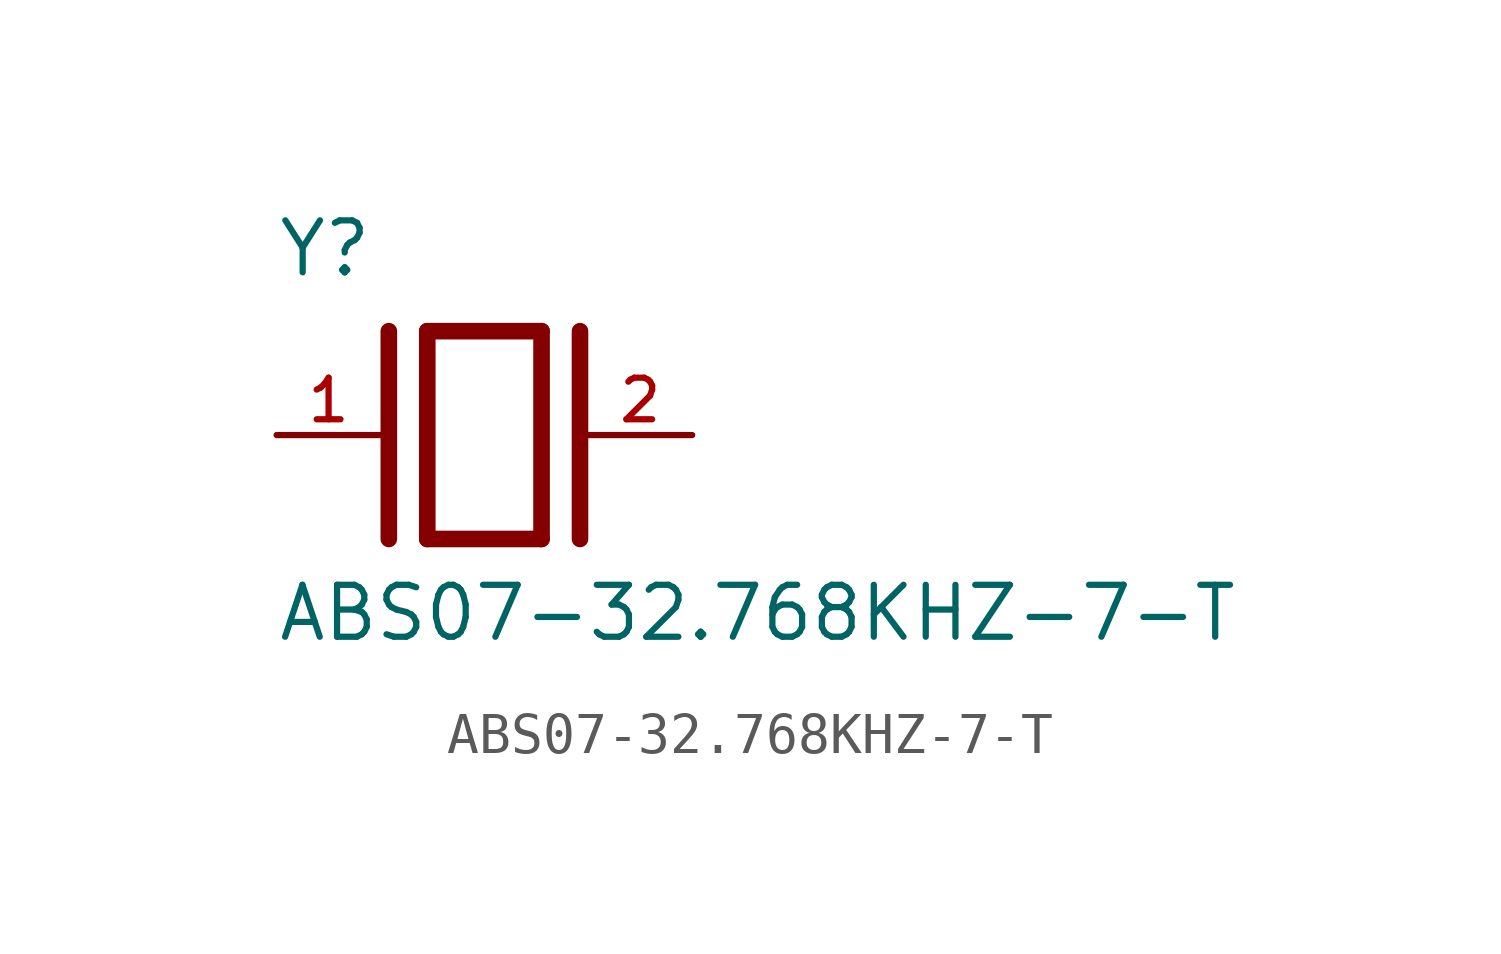
<source format=kicad_sym>
(kicad_symbol_lib
  (version 20211014)
  (generator kicad_symbol_editor)
  (symbol "ABS07-32.768KHZ-7-T"
    (pin_names
      (offset 1.016))
    (property "Reference" "Y"
      (at -5.088 3.816 0)
      (effects (font (size 1.27 1.27)) (justify bottom left)))
    (property "Value" "ABS07-32.768KHZ-7-T"
      (at -5.094 -5.094 0)
      (effects (font (size 1.27 1.27)) (justify bottom left)))
    (symbol "ABS07-32.768KHZ-7-T_0_0"
      (polyline (pts (xy -1.397 2.54) (xy 1.397 2.54)) (stroke (width 0.406)))
      (polyline (pts (xy 1.397 2.54) (xy 1.397 -2.54)) (stroke (width 0.406)))
      (polyline (pts (xy 1.397 -2.54) (xy -1.397 -2.54)) (stroke (width 0.406)))
      (polyline (pts (xy -1.397 2.54) (xy -1.397 -2.54)) (stroke (width 0.406)))
      (polyline (pts (xy 2.337 2.54) (xy 2.337 -2.54)) (stroke (width 0.406)))
      (polyline (pts (xy -2.337 2.54) (xy -2.337 -2.54)) (stroke (width 0.406)))
      (pin passive line (at 5.08 0.0 180.0) (length 2.54) (name "~" (effects (font (size 1.016 1.016)))) (number "2" (effects (font (size 1.016 1.016)))))
      (pin passive line (at -5.08 0.0 0) (length 2.54) (name "~" (effects (font (size 1.016 1.016)))) (number "1" (effects (font (size 1.016 1.016))))))))
</source>
